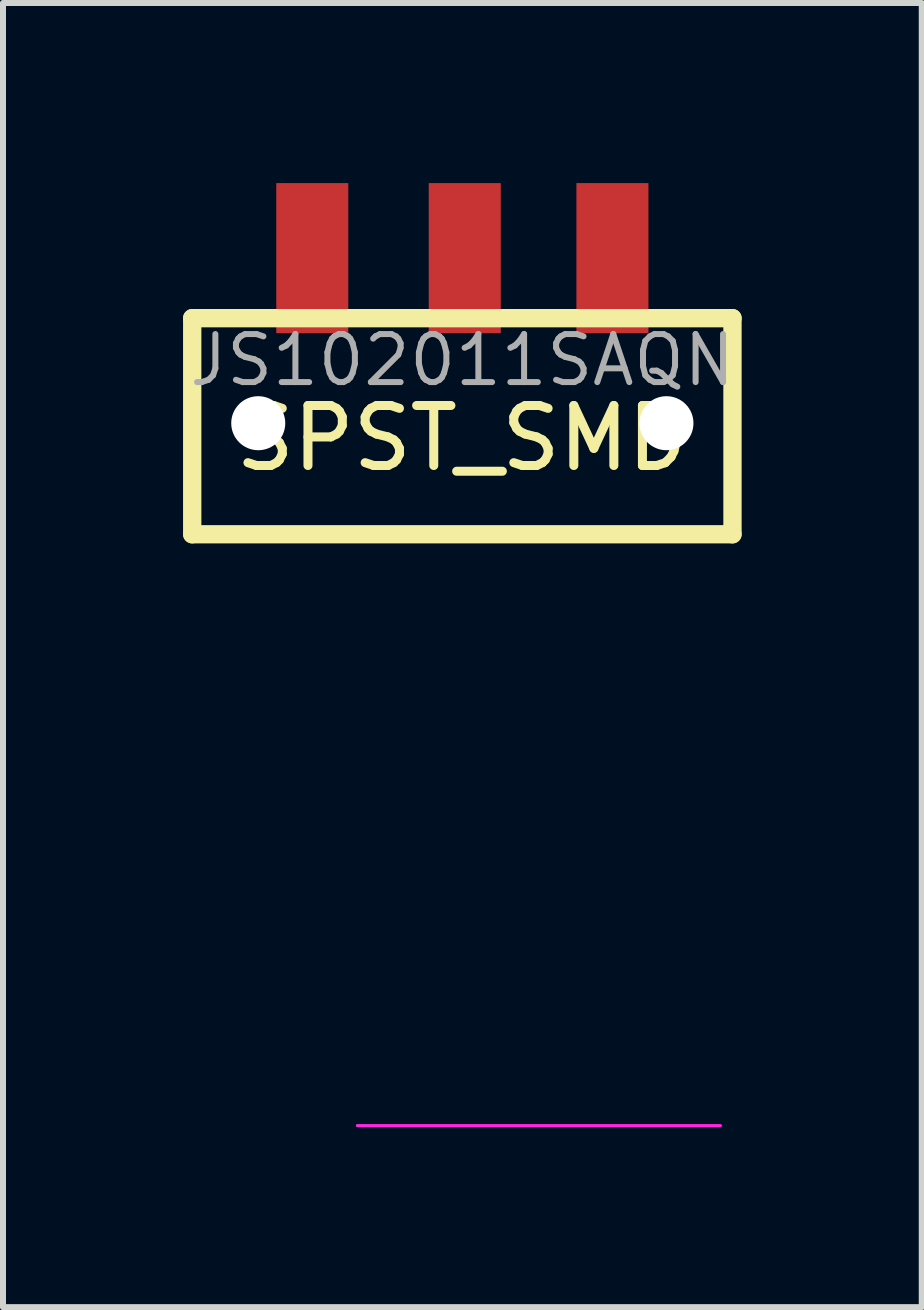
<source format=kicad_pcb>
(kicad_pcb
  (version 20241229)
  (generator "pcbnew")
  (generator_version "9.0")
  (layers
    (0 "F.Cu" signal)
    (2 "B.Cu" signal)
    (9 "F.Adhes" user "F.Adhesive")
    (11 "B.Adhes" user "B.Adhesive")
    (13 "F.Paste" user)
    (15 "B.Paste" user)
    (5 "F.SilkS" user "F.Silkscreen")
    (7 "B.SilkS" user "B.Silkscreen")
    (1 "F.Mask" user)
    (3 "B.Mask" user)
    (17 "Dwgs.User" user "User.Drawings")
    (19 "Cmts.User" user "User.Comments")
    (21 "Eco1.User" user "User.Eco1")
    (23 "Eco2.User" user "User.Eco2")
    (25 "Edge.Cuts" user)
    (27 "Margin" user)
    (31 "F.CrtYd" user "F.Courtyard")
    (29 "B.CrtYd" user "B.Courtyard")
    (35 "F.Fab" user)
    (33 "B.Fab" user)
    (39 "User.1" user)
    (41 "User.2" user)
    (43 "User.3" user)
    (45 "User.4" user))
  (footprint "SPST_SMD"
    (layer "F.Cu")
    (at 4.652 1.25)
    (property "Reference" "SPST_SMD" (at 0 3 0) (layer "F.SilkS") (effects (font (size 1 1) (thickness 0.15))))
    (attr through_hole)
    (fp_line (start -4.5 1) (end -4.5 4.6) (stroke (width 0.305) (type solid)) (layer "F.SilkS"))
    (fp_line (start -4.5 1) (end 4.5 1) (stroke (width 0.305) (type solid)) (layer "F.SilkS"))
    (fp_line (start -4.5 4.6) (end 4.5 4.6) (stroke (width 0.305) (type solid)) (layer "F.SilkS"))
    (fp_line (start 4.5 1) (end 4.5 4.6) (stroke (width 0.305) (type solid)) (layer "F.SilkS"))
    (fp_line (start -1.75 14.45) (end 4.3 14.45) (stroke (width 0.05) (type solid)) (layer "F.CrtYd"))
    (fp_text user "JS102011SAQN" (at 0 1.7 0) (layer "F.Fab") (effects (font (size 0.8 0.8) (thickness 0.1))))
    (pad "" np_thru_hole circle (at -3.4 2.75) (size 0.9 0.9) (drill 0.9) (layers "*.Cu" "*.Mask"))
    (pad "" np_thru_hole circle (at 3.4 2.75) (size 0.9 0.9) (drill 0.9) (layers "*.Cu" "*.Mask"))
    (pad "1" smd rect (at -2.5 0) (size 1.2 2.5) (layers "F.Cu" "F.Mask" "F.Paste"))
    (pad "2" smd rect (at 0.04 0) (size 1.2 2.5) (layers "F.Cu" "F.Mask" "F.Paste"))
    (pad "3" smd rect (at 2.5 0) (size 1.2 2.5) (layers "F.Cu" "F.Mask" "F.Paste")))
  (gr_rect
    (start -3 -3)
    (end 12.305 18.725)
    (stroke (width 0.1) (type default))
    (fill no)
    (layer "Edge.Cuts")))
</source>
